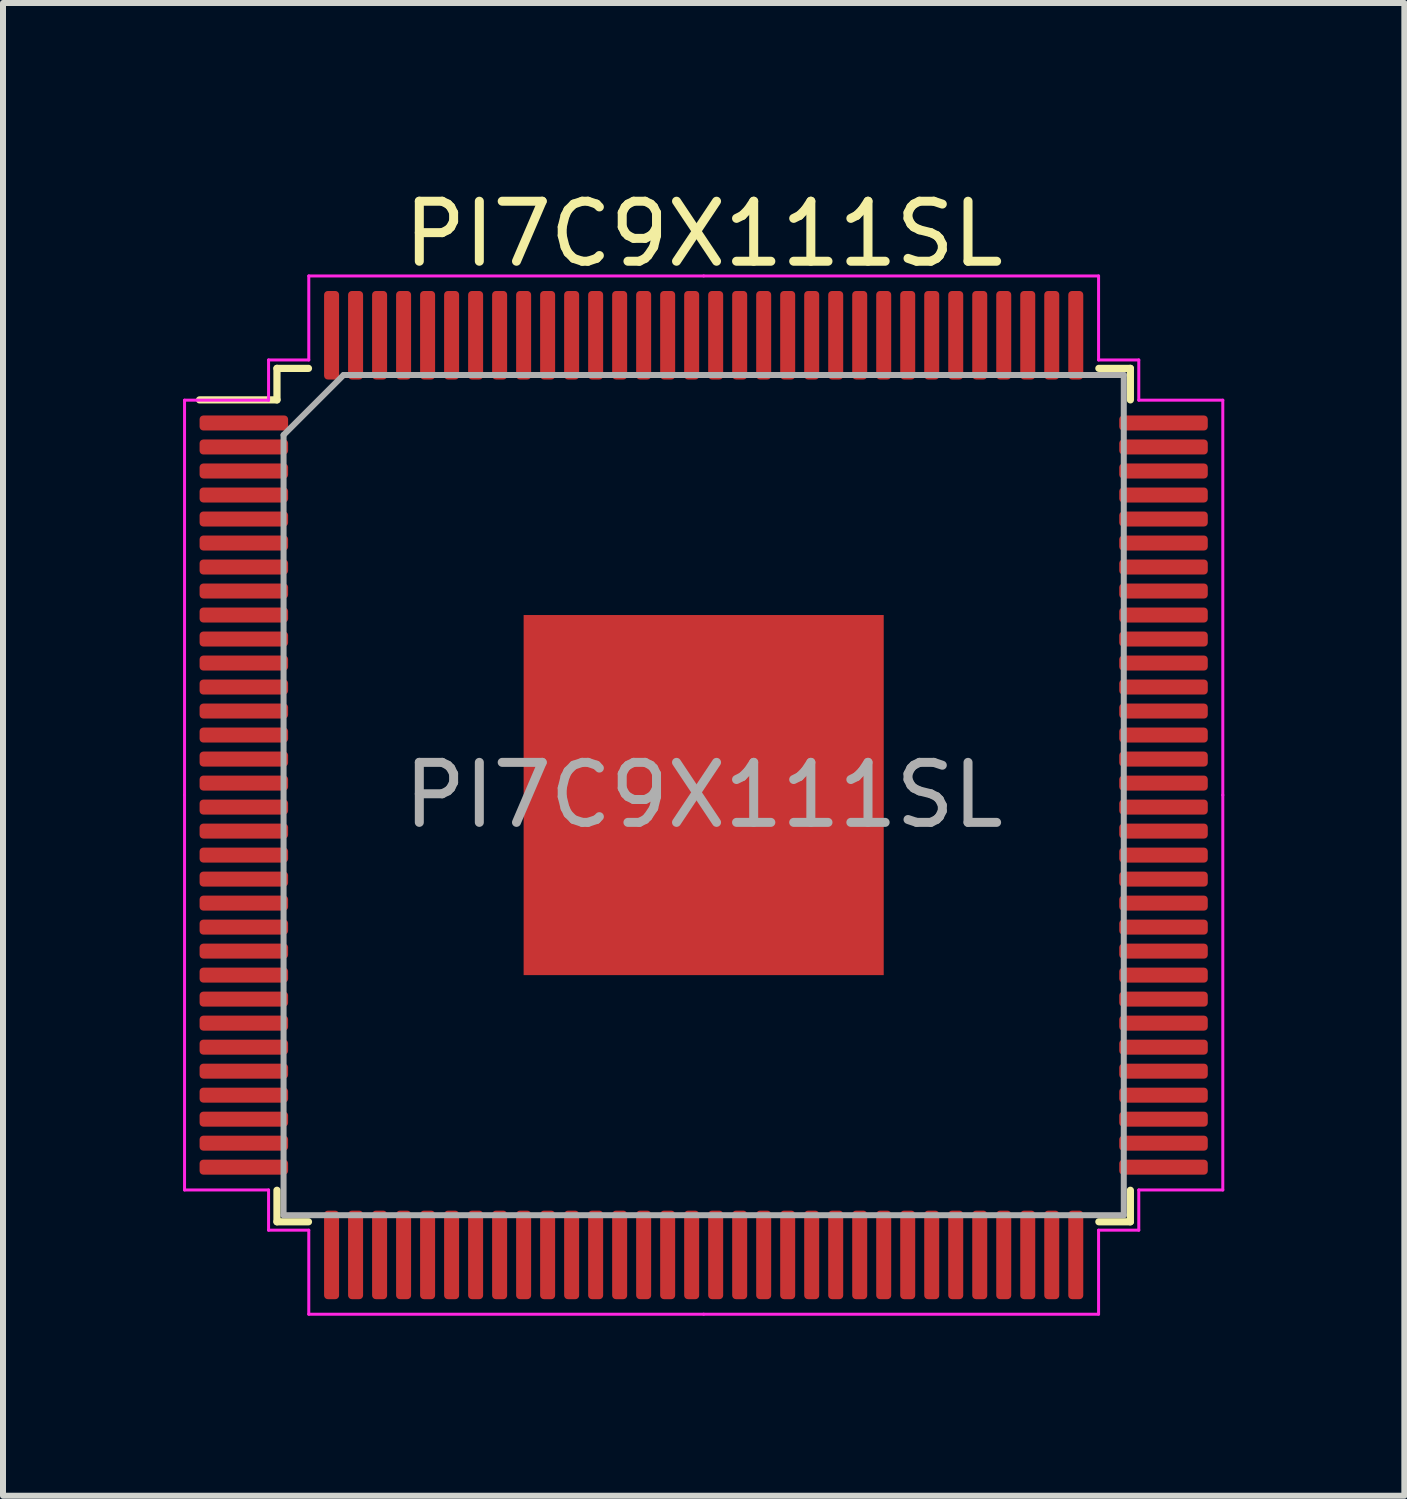
<source format=kicad_pcb>
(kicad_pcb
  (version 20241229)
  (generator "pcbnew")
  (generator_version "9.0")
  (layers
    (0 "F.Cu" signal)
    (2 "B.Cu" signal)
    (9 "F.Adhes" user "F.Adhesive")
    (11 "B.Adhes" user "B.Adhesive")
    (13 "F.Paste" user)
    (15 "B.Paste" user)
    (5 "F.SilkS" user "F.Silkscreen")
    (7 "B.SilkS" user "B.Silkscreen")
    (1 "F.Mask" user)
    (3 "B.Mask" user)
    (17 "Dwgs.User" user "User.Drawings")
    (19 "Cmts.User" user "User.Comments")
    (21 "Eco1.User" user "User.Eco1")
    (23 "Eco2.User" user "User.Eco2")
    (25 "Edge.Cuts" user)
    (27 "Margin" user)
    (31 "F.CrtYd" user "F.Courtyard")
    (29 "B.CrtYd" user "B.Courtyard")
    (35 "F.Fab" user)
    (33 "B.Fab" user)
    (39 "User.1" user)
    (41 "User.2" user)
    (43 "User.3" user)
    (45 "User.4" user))
  (footprint "PI7C9X111SL"
    (layer "F.Cu")
    (at 8.675 10.198)
    (property "Reference" "PI7C9X111SL" (at 0 -9.35 0) (layer "F.SilkS") (effects (font (size 1 1) (thickness 0.15))))
    (attr smd)
    (fp_line (start -7.11 -7.11) (end -7.11 -6.585) (stroke (width 0.12) (type solid)) (layer "F.SilkS"))
    (fp_line (start -7.11 -6.585) (end -8.4 -6.585) (stroke (width 0.12) (type solid)) (layer "F.SilkS"))
    (fp_line (start -7.11 7.11) (end -7.11 6.585) (stroke (width 0.12) (type solid)) (layer "F.SilkS"))
    (fp_line (start -6.585 -7.11) (end -7.11 -7.11) (stroke (width 0.12) (type solid)) (layer "F.SilkS"))
    (fp_line (start -6.585 7.11) (end -7.11 7.11) (stroke (width 0.12) (type solid)) (layer "F.SilkS"))
    (fp_line (start 6.585 -7.11) (end 7.11 -7.11) (stroke (width 0.12) (type solid)) (layer "F.SilkS"))
    (fp_line (start 6.585 7.11) (end 7.11 7.11) (stroke (width 0.12) (type solid)) (layer "F.SilkS"))
    (fp_line (start 7.11 -7.11) (end 7.11 -6.585) (stroke (width 0.12) (type solid)) (layer "F.SilkS"))
    (fp_line (start 7.11 7.11) (end 7.11 6.585) (stroke (width 0.12) (type solid)) (layer "F.SilkS"))
    (fp_line (start -8.65 -6.58) (end -8.65 0) (stroke (width 0.05) (type solid)) (layer "F.CrtYd"))
    (fp_line (start -8.65 6.58) (end -8.65 0) (stroke (width 0.05) (type solid)) (layer "F.CrtYd"))
    (fp_line (start -7.25 -7.25) (end -7.25 -6.58) (stroke (width 0.05) (type solid)) (layer "F.CrtYd"))
    (fp_line (start -7.25 -6.58) (end -8.65 -6.58) (stroke (width 0.05) (type solid)) (layer "F.CrtYd"))
    (fp_line (start -7.25 6.58) (end -8.65 6.58) (stroke (width 0.05) (type solid)) (layer "F.CrtYd"))
    (fp_line (start -7.25 7.25) (end -7.25 6.58) (stroke (width 0.05) (type solid)) (layer "F.CrtYd"))
    (fp_line (start -6.58 -8.65) (end -6.58 -7.25) (stroke (width 0.05) (type solid)) (layer "F.CrtYd"))
    (fp_line (start -6.58 -7.25) (end -7.25 -7.25) (stroke (width 0.05) (type solid)) (layer "F.CrtYd"))
    (fp_line (start -6.58 7.25) (end -7.25 7.25) (stroke (width 0.05) (type solid)) (layer "F.CrtYd"))
    (fp_line (start -6.58 8.65) (end -6.58 7.25) (stroke (width 0.05) (type solid)) (layer "F.CrtYd"))
    (fp_line (start 0 -8.65) (end -6.58 -8.65) (stroke (width 0.05) (type solid)) (layer "F.CrtYd"))
    (fp_line (start 0 -8.65) (end 6.58 -8.65) (stroke (width 0.05) (type solid)) (layer "F.CrtYd"))
    (fp_line (start 0 8.65) (end -6.58 8.65) (stroke (width 0.05) (type solid)) (layer "F.CrtYd"))
    (fp_line (start 0 8.65) (end 6.58 8.65) (stroke (width 0.05) (type solid)) (layer "F.CrtYd"))
    (fp_line (start 6.58 -8.65) (end 6.58 -7.25) (stroke (width 0.05) (type solid)) (layer "F.CrtYd"))
    (fp_line (start 6.58 -7.25) (end 7.25 -7.25) (stroke (width 0.05) (type solid)) (layer "F.CrtYd"))
    (fp_line (start 6.58 7.25) (end 7.25 7.25) (stroke (width 0.05) (type solid)) (layer "F.CrtYd"))
    (fp_line (start 6.58 8.65) (end 6.58 7.25) (stroke (width 0.05) (type solid)) (layer "F.CrtYd"))
    (fp_line (start 7.25 -7.25) (end 7.25 -6.58) (stroke (width 0.05) (type solid)) (layer "F.CrtYd"))
    (fp_line (start 7.25 -6.58) (end 8.65 -6.58) (stroke (width 0.05) (type solid)) (layer "F.CrtYd"))
    (fp_line (start 7.25 6.58) (end 8.65 6.58) (stroke (width 0.05) (type solid)) (layer "F.CrtYd"))
    (fp_line (start 7.25 7.25) (end 7.25 6.58) (stroke (width 0.05) (type solid)) (layer "F.CrtYd"))
    (fp_line (start 8.65 -6.58) (end 8.65 0) (stroke (width 0.05) (type solid)) (layer "F.CrtYd"))
    (fp_line (start 8.65 6.58) (end 8.65 0) (stroke (width 0.05) (type solid)) (layer "F.CrtYd"))
    (fp_line (start -7 -6) (end -6 -7) (stroke (width 0.1) (type solid)) (layer "F.Fab"))
    (fp_line (start -7 7) (end -7 -6) (stroke (width 0.1) (type solid)) (layer "F.Fab"))
    (fp_line (start -6 -7) (end 7 -7) (stroke (width 0.1) (type solid)) (layer "F.Fab"))
    (fp_line (start 7 -7) (end 7 7) (stroke (width 0.1) (type solid)) (layer "F.Fab"))
    (fp_line (start 7 7) (end -7 7) (stroke (width 0.1) (type solid)) (layer "F.Fab"))
    (fp_text user "${REFERENCE}" (at 0 0 0) (layer "F.Fab") (effects (font (size 1 1) (thickness 0.15))))
    (pad "1" smd roundrect (at -7.662 -6.2) (size 1.475 0.25) (layers "F.Cu" "F.Mask" "F.Paste") (roundrect_rratio 0.25))
    (pad "2" smd roundrect (at -7.662 -5.8) (size 1.475 0.25) (layers "F.Cu" "F.Mask" "F.Paste") (roundrect_rratio 0.25))
    (pad "3" smd roundrect (at -7.662 -5.4) (size 1.475 0.25) (layers "F.Cu" "F.Mask" "F.Paste") (roundrect_rratio 0.25))
    (pad "4" smd roundrect (at -7.662 -5) (size 1.475 0.25) (layers "F.Cu" "F.Mask" "F.Paste") (roundrect_rratio 0.25))
    (pad "5" smd roundrect (at -7.662 -4.6) (size 1.475 0.25) (layers "F.Cu" "F.Mask" "F.Paste") (roundrect_rratio 0.25))
    (pad "6" smd roundrect (at -7.662 -4.2) (size 1.475 0.25) (layers "F.Cu" "F.Mask" "F.Paste") (roundrect_rratio 0.25))
    (pad "7" smd roundrect (at -7.662 -3.8) (size 1.475 0.25) (layers "F.Cu" "F.Mask" "F.Paste") (roundrect_rratio 0.25))
    (pad "8" smd roundrect (at -7.662 -3.4) (size 1.475 0.25) (layers "F.Cu" "F.Mask" "F.Paste") (roundrect_rratio 0.25))
    (pad "9" smd roundrect (at -7.662 -3) (size 1.475 0.25) (layers "F.Cu" "F.Mask" "F.Paste") (roundrect_rratio 0.25))
    (pad "10" smd roundrect (at -7.662 -2.6) (size 1.475 0.25) (layers "F.Cu" "F.Mask" "F.Paste") (roundrect_rratio 0.25))
    (pad "11" smd roundrect (at -7.662 -2.2) (size 1.475 0.25) (layers "F.Cu" "F.Mask" "F.Paste") (roundrect_rratio 0.25))
    (pad "12" smd roundrect (at -7.662 -1.8) (size 1.475 0.25) (layers "F.Cu" "F.Mask" "F.Paste") (roundrect_rratio 0.25))
    (pad "13" smd roundrect (at -7.662 -1.4) (size 1.475 0.25) (layers "F.Cu" "F.Mask" "F.Paste") (roundrect_rratio 0.25))
    (pad "14" smd roundrect (at -7.662 -1) (size 1.475 0.25) (layers "F.Cu" "F.Mask" "F.Paste") (roundrect_rratio 0.25))
    (pad "15" smd roundrect (at -7.662 -0.6) (size 1.475 0.25) (layers "F.Cu" "F.Mask" "F.Paste") (roundrect_rratio 0.25))
    (pad "16" smd roundrect (at -7.662 -0.2) (size 1.475 0.25) (layers "F.Cu" "F.Mask" "F.Paste") (roundrect_rratio 0.25))
    (pad "17" smd roundrect (at -7.662 0.2) (size 1.475 0.25) (layers "F.Cu" "F.Mask" "F.Paste") (roundrect_rratio 0.25))
    (pad "18" smd roundrect (at -7.662 0.6) (size 1.475 0.25) (layers "F.Cu" "F.Mask" "F.Paste") (roundrect_rratio 0.25))
    (pad "19" smd roundrect (at -7.662 1) (size 1.475 0.25) (layers "F.Cu" "F.Mask" "F.Paste") (roundrect_rratio 0.25))
    (pad "20" smd roundrect (at -7.662 1.4) (size 1.475 0.25) (layers "F.Cu" "F.Mask" "F.Paste") (roundrect_rratio 0.25))
    (pad "21" smd roundrect (at -7.662 1.8) (size 1.475 0.25) (layers "F.Cu" "F.Mask" "F.Paste") (roundrect_rratio 0.25))
    (pad "22" smd roundrect (at -7.662 2.2) (size 1.475 0.25) (layers "F.Cu" "F.Mask" "F.Paste") (roundrect_rratio 0.25))
    (pad "23" smd roundrect (at -7.662 2.6) (size 1.475 0.25) (layers "F.Cu" "F.Mask" "F.Paste") (roundrect_rratio 0.25))
    (pad "24" smd roundrect (at -7.662 3) (size 1.475 0.25) (layers "F.Cu" "F.Mask" "F.Paste") (roundrect_rratio 0.25))
    (pad "25" smd roundrect (at -7.662 3.4) (size 1.475 0.25) (layers "F.Cu" "F.Mask" "F.Paste") (roundrect_rratio 0.25))
    (pad "26" smd roundrect (at -7.662 3.8) (size 1.475 0.25) (layers "F.Cu" "F.Mask" "F.Paste") (roundrect_rratio 0.25))
    (pad "27" smd roundrect (at -7.662 4.2) (size 1.475 0.25) (layers "F.Cu" "F.Mask" "F.Paste") (roundrect_rratio 0.25))
    (pad "28" smd roundrect (at -7.662 4.6) (size 1.475 0.25) (layers "F.Cu" "F.Mask" "F.Paste") (roundrect_rratio 0.25))
    (pad "29" smd roundrect (at -7.662 5) (size 1.475 0.25) (layers "F.Cu" "F.Mask" "F.Paste") (roundrect_rratio 0.25))
    (pad "30" smd roundrect (at -7.662 5.4) (size 1.475 0.25) (layers "F.Cu" "F.Mask" "F.Paste") (roundrect_rratio 0.25))
    (pad "31" smd roundrect (at -7.662 5.8) (size 1.475 0.25) (layers "F.Cu" "F.Mask" "F.Paste") (roundrect_rratio 0.25))
    (pad "32" smd roundrect (at -7.662 6.2) (size 1.475 0.25) (layers "F.Cu" "F.Mask" "F.Paste") (roundrect_rratio 0.25))
    (pad "33" smd roundrect (at -6.2 7.662) (size 0.25 1.475) (layers "F.Cu" "F.Mask" "F.Paste") (roundrect_rratio 0.25))
    (pad "34" smd roundrect (at -5.8 7.662) (size 0.25 1.475) (layers "F.Cu" "F.Mask" "F.Paste") (roundrect_rratio 0.25))
    (pad "35" smd roundrect (at -5.4 7.662) (size 0.25 1.475) (layers "F.Cu" "F.Mask" "F.Paste") (roundrect_rratio 0.25))
    (pad "36" smd roundrect (at -5 7.662) (size 0.25 1.475) (layers "F.Cu" "F.Mask" "F.Paste") (roundrect_rratio 0.25))
    (pad "37" smd roundrect (at -4.6 7.662) (size 0.25 1.475) (layers "F.Cu" "F.Mask" "F.Paste") (roundrect_rratio 0.25))
    (pad "38" smd roundrect (at -4.2 7.662) (size 0.25 1.475) (layers "F.Cu" "F.Mask" "F.Paste") (roundrect_rratio 0.25))
    (pad "39" smd roundrect (at -3.8 7.662) (size 0.25 1.475) (layers "F.Cu" "F.Mask" "F.Paste") (roundrect_rratio 0.25))
    (pad "40" smd roundrect (at -3.4 7.662) (size 0.25 1.475) (layers "F.Cu" "F.Mask" "F.Paste") (roundrect_rratio 0.25))
    (pad "41" smd roundrect (at -3 7.662) (size 0.25 1.475) (layers "F.Cu" "F.Mask" "F.Paste") (roundrect_rratio 0.25))
    (pad "42" smd roundrect (at -2.6 7.662) (size 0.25 1.475) (layers "F.Cu" "F.Mask" "F.Paste") (roundrect_rratio 0.25))
    (pad "43" smd roundrect (at -2.2 7.662) (size 0.25 1.475) (layers "F.Cu" "F.Mask" "F.Paste") (roundrect_rratio 0.25))
    (pad "44" smd roundrect (at -1.8 7.662) (size 0.25 1.475) (layers "F.Cu" "F.Mask" "F.Paste") (roundrect_rratio 0.25))
    (pad "45" smd roundrect (at -1.4 7.662) (size 0.25 1.475) (layers "F.Cu" "F.Mask" "F.Paste") (roundrect_rratio 0.25))
    (pad "46" smd roundrect (at -1 7.662) (size 0.25 1.475) (layers "F.Cu" "F.Mask" "F.Paste") (roundrect_rratio 0.25))
    (pad "47" smd roundrect (at -0.6 7.662) (size 0.25 1.475) (layers "F.Cu" "F.Mask" "F.Paste") (roundrect_rratio 0.25))
    (pad "48" smd roundrect (at -0.2 7.662) (size 0.25 1.475) (layers "F.Cu" "F.Mask" "F.Paste") (roundrect_rratio 0.25))
    (pad "49" smd roundrect (at 0.2 7.662) (size 0.25 1.475) (layers "F.Cu" "F.Mask" "F.Paste") (roundrect_rratio 0.25))
    (pad "50" smd roundrect (at 0.6 7.662) (size 0.25 1.475) (layers "F.Cu" "F.Mask" "F.Paste") (roundrect_rratio 0.25))
    (pad "51" smd roundrect (at 1 7.662) (size 0.25 1.475) (layers "F.Cu" "F.Mask" "F.Paste") (roundrect_rratio 0.25))
    (pad "52" smd roundrect (at 1.4 7.662) (size 0.25 1.475) (layers "F.Cu" "F.Mask" "F.Paste") (roundrect_rratio 0.25))
    (pad "53" smd roundrect (at 1.8 7.662) (size 0.25 1.475) (layers "F.Cu" "F.Mask" "F.Paste") (roundrect_rratio 0.25))
    (pad "54" smd roundrect (at 2.2 7.662) (size 0.25 1.475) (layers "F.Cu" "F.Mask" "F.Paste") (roundrect_rratio 0.25))
    (pad "55" smd roundrect (at 2.6 7.662) (size 0.25 1.475) (layers "F.Cu" "F.Mask" "F.Paste") (roundrect_rratio 0.25))
    (pad "56" smd roundrect (at 3 7.662) (size 0.25 1.475) (layers "F.Cu" "F.Mask" "F.Paste") (roundrect_rratio 0.25))
    (pad "57" smd roundrect (at 3.4 7.662) (size 0.25 1.475) (layers "F.Cu" "F.Mask" "F.Paste") (roundrect_rratio 0.25))
    (pad "58" smd roundrect (at 3.8 7.662) (size 0.25 1.475) (layers "F.Cu" "F.Mask" "F.Paste") (roundrect_rratio 0.25))
    (pad "59" smd roundrect (at 4.2 7.662) (size 0.25 1.475) (layers "F.Cu" "F.Mask" "F.Paste") (roundrect_rratio 0.25))
    (pad "60" smd roundrect (at 4.6 7.662) (size 0.25 1.475) (layers "F.Cu" "F.Mask" "F.Paste") (roundrect_rratio 0.25))
    (pad "61" smd roundrect (at 5 7.662) (size 0.25 1.475) (layers "F.Cu" "F.Mask" "F.Paste") (roundrect_rratio 0.25))
    (pad "62" smd roundrect (at 5.4 7.662) (size 0.25 1.475) (layers "F.Cu" "F.Mask" "F.Paste") (roundrect_rratio 0.25))
    (pad "63" smd roundrect (at 5.8 7.662) (size 0.25 1.475) (layers "F.Cu" "F.Mask" "F.Paste") (roundrect_rratio 0.25))
    (pad "64" smd roundrect (at 6.2 7.662) (size 0.25 1.475) (layers "F.Cu" "F.Mask" "F.Paste") (roundrect_rratio 0.25))
    (pad "65" smd roundrect (at 7.662 6.2) (size 1.475 0.25) (layers "F.Cu" "F.Mask" "F.Paste") (roundrect_rratio 0.25))
    (pad "66" smd roundrect (at 7.662 5.8) (size 1.475 0.25) (layers "F.Cu" "F.Mask" "F.Paste") (roundrect_rratio 0.25))
    (pad "67" smd roundrect (at 7.662 5.4) (size 1.475 0.25) (layers "F.Cu" "F.Mask" "F.Paste") (roundrect_rratio 0.25))
    (pad "68" smd roundrect (at 7.662 5) (size 1.475 0.25) (layers "F.Cu" "F.Mask" "F.Paste") (roundrect_rratio 0.25))
    (pad "69" smd roundrect (at 7.662 4.6) (size 1.475 0.25) (layers "F.Cu" "F.Mask" "F.Paste") (roundrect_rratio 0.25))
    (pad "70" smd roundrect (at 7.662 4.2) (size 1.475 0.25) (layers "F.Cu" "F.Mask" "F.Paste") (roundrect_rratio 0.25))
    (pad "71" smd roundrect (at 7.662 3.8) (size 1.475 0.25) (layers "F.Cu" "F.Mask" "F.Paste") (roundrect_rratio 0.25))
    (pad "72" smd roundrect (at 7.662 3.4) (size 1.475 0.25) (layers "F.Cu" "F.Mask" "F.Paste") (roundrect_rratio 0.25))
    (pad "73" smd roundrect (at 7.662 3) (size 1.475 0.25) (layers "F.Cu" "F.Mask" "F.Paste") (roundrect_rratio 0.25))
    (pad "74" smd roundrect (at 7.662 2.6) (size 1.475 0.25) (layers "F.Cu" "F.Mask" "F.Paste") (roundrect_rratio 0.25))
    (pad "75" smd roundrect (at 7.662 2.2) (size 1.475 0.25) (layers "F.Cu" "F.Mask" "F.Paste") (roundrect_rratio 0.25))
    (pad "76" smd roundrect (at 7.662 1.8) (size 1.475 0.25) (layers "F.Cu" "F.Mask" "F.Paste") (roundrect_rratio 0.25))
    (pad "77" smd roundrect (at 7.662 1.4) (size 1.475 0.25) (layers "F.Cu" "F.Mask" "F.Paste") (roundrect_rratio 0.25))
    (pad "78" smd roundrect (at 7.662 1) (size 1.475 0.25) (layers "F.Cu" "F.Mask" "F.Paste") (roundrect_rratio 0.25))
    (pad "79" smd roundrect (at 7.662 0.6) (size 1.475 0.25) (layers "F.Cu" "F.Mask" "F.Paste") (roundrect_rratio 0.25))
    (pad "80" smd roundrect (at 7.662 0.2) (size 1.475 0.25) (layers "F.Cu" "F.Mask" "F.Paste") (roundrect_rratio 0.25))
    (pad "81" smd roundrect (at 7.662 -0.2) (size 1.475 0.25) (layers "F.Cu" "F.Mask" "F.Paste") (roundrect_rratio 0.25))
    (pad "82" smd roundrect (at 7.662 -0.6) (size 1.475 0.25) (layers "F.Cu" "F.Mask" "F.Paste") (roundrect_rratio 0.25))
    (pad "83" smd roundrect (at 7.662 -1) (size 1.475 0.25) (layers "F.Cu" "F.Mask" "F.Paste") (roundrect_rratio 0.25))
    (pad "84" smd roundrect (at 7.662 -1.4) (size 1.475 0.25) (layers "F.Cu" "F.Mask" "F.Paste") (roundrect_rratio 0.25))
    (pad "85" smd roundrect (at 7.662 -1.8) (size 1.475 0.25) (layers "F.Cu" "F.Mask" "F.Paste") (roundrect_rratio 0.25))
    (pad "86" smd roundrect (at 7.662 -2.2) (size 1.475 0.25) (layers "F.Cu" "F.Mask" "F.Paste") (roundrect_rratio 0.25))
    (pad "87" smd roundrect (at 7.662 -2.6) (size 1.475 0.25) (layers "F.Cu" "F.Mask" "F.Paste") (roundrect_rratio 0.25))
    (pad "88" smd roundrect (at 7.662 -3) (size 1.475 0.25) (layers "F.Cu" "F.Mask" "F.Paste") (roundrect_rratio 0.25))
    (pad "89" smd roundrect (at 7.662 -3.4) (size 1.475 0.25) (layers "F.Cu" "F.Mask" "F.Paste") (roundrect_rratio 0.25))
    (pad "90" smd roundrect (at 7.662 -3.8) (size 1.475 0.25) (layers "F.Cu" "F.Mask" "F.Paste") (roundrect_rratio 0.25))
    (pad "91" smd roundrect (at 7.662 -4.2) (size 1.475 0.25) (layers "F.Cu" "F.Mask" "F.Paste") (roundrect_rratio 0.25))
    (pad "92" smd roundrect (at 7.662 -4.6) (size 1.475 0.25) (layers "F.Cu" "F.Mask" "F.Paste") (roundrect_rratio 0.25))
    (pad "93" smd roundrect (at 7.662 -5) (size 1.475 0.25) (layers "F.Cu" "F.Mask" "F.Paste") (roundrect_rratio 0.25))
    (pad "94" smd roundrect (at 7.662 -5.4) (size 1.475 0.25) (layers "F.Cu" "F.Mask" "F.Paste") (roundrect_rratio 0.25))
    (pad "95" smd roundrect (at 7.662 -5.8) (size 1.475 0.25) (layers "F.Cu" "F.Mask" "F.Paste") (roundrect_rratio 0.25))
    (pad "96" smd roundrect (at 7.662 -6.2) (size 1.475 0.25) (layers "F.Cu" "F.Mask" "F.Paste") (roundrect_rratio 0.25))
    (pad "97" smd roundrect (at 6.2 -7.662) (size 0.25 1.475) (layers "F.Cu" "F.Mask" "F.Paste") (roundrect_rratio 0.25))
    (pad "98" smd roundrect (at 5.8 -7.662) (size 0.25 1.475) (layers "F.Cu" "F.Mask" "F.Paste") (roundrect_rratio 0.25))
    (pad "99" smd roundrect (at 5.4 -7.662) (size 0.25 1.475) (layers "F.Cu" "F.Mask" "F.Paste") (roundrect_rratio 0.25))
    (pad "100" smd roundrect (at 5 -7.662) (size 0.25 1.475) (layers "F.Cu" "F.Mask" "F.Paste") (roundrect_rratio 0.25))
    (pad "101" smd roundrect (at 4.6 -7.662) (size 0.25 1.475) (layers "F.Cu" "F.Mask" "F.Paste") (roundrect_rratio 0.25))
    (pad "102" smd roundrect (at 4.2 -7.662) (size 0.25 1.475) (layers "F.Cu" "F.Mask" "F.Paste") (roundrect_rratio 0.25))
    (pad "103" smd roundrect (at 3.8 -7.662) (size 0.25 1.475) (layers "F.Cu" "F.Mask" "F.Paste") (roundrect_rratio 0.25))
    (pad "104" smd roundrect (at 3.4 -7.662) (size 0.25 1.475) (layers "F.Cu" "F.Mask" "F.Paste") (roundrect_rratio 0.25))
    (pad "105" smd roundrect (at 3 -7.662) (size 0.25 1.475) (layers "F.Cu" "F.Mask" "F.Paste") (roundrect_rratio 0.25))
    (pad "106" smd roundrect (at 2.6 -7.662) (size 0.25 1.475) (layers "F.Cu" "F.Mask" "F.Paste") (roundrect_rratio 0.25))
    (pad "107" smd roundrect (at 2.2 -7.662) (size 0.25 1.475) (layers "F.Cu" "F.Mask" "F.Paste") (roundrect_rratio 0.25))
    (pad "108" smd roundrect (at 1.8 -7.662) (size 0.25 1.475) (layers "F.Cu" "F.Mask" "F.Paste") (roundrect_rratio 0.25))
    (pad "109" smd roundrect (at 1.4 -7.662) (size 0.25 1.475) (layers "F.Cu" "F.Mask" "F.Paste") (roundrect_rratio 0.25))
    (pad "110" smd roundrect (at 1 -7.662) (size 0.25 1.475) (layers "F.Cu" "F.Mask" "F.Paste") (roundrect_rratio 0.25))
    (pad "111" smd roundrect (at 0.6 -7.662) (size 0.25 1.475) (layers "F.Cu" "F.Mask" "F.Paste") (roundrect_rratio 0.25))
    (pad "112" smd roundrect (at 0.2 -7.662) (size 0.25 1.475) (layers "F.Cu" "F.Mask" "F.Paste") (roundrect_rratio 0.25))
    (pad "113" smd roundrect (at -0.2 -7.662) (size 0.25 1.475) (layers "F.Cu" "F.Mask" "F.Paste") (roundrect_rratio 0.25))
    (pad "114" smd roundrect (at -0.6 -7.662) (size 0.25 1.475) (layers "F.Cu" "F.Mask" "F.Paste") (roundrect_rratio 0.25))
    (pad "115" smd roundrect (at -1 -7.662) (size 0.25 1.475) (layers "F.Cu" "F.Mask" "F.Paste") (roundrect_rratio 0.25))
    (pad "116" smd roundrect (at -1.4 -7.662) (size 0.25 1.475) (layers "F.Cu" "F.Mask" "F.Paste") (roundrect_rratio 0.25))
    (pad "117" smd roundrect (at -1.8 -7.662) (size 0.25 1.475) (layers "F.Cu" "F.Mask" "F.Paste") (roundrect_rratio 0.25))
    (pad "118" smd roundrect (at -2.2 -7.662) (size 0.25 1.475) (layers "F.Cu" "F.Mask" "F.Paste") (roundrect_rratio 0.25))
    (pad "119" smd roundrect (at -2.6 -7.662) (size 0.25 1.475) (layers "F.Cu" "F.Mask" "F.Paste") (roundrect_rratio 0.25))
    (pad "120" smd roundrect (at -3 -7.662) (size 0.25 1.475) (layers "F.Cu" "F.Mask" "F.Paste") (roundrect_rratio 0.25))
    (pad "121" smd roundrect (at -3.4 -7.662) (size 0.25 1.475) (layers "F.Cu" "F.Mask" "F.Paste") (roundrect_rratio 0.25))
    (pad "122" smd roundrect (at -3.8 -7.662) (size 0.25 1.475) (layers "F.Cu" "F.Mask" "F.Paste") (roundrect_rratio 0.25))
    (pad "123" smd roundrect (at -4.2 -7.662) (size 0.25 1.475) (layers "F.Cu" "F.Mask" "F.Paste") (roundrect_rratio 0.25))
    (pad "124" smd roundrect (at -4.6 -7.662) (size 0.25 1.475) (layers "F.Cu" "F.Mask" "F.Paste") (roundrect_rratio 0.25))
    (pad "125" smd roundrect (at -5 -7.662) (size 0.25 1.475) (layers "F.Cu" "F.Mask" "F.Paste") (roundrect_rratio 0.25))
    (pad "126" smd roundrect (at -5.4 -7.662) (size 0.25 1.475) (layers "F.Cu" "F.Mask" "F.Paste") (roundrect_rratio 0.25))
    (pad "127" smd roundrect (at -5.8 -7.662) (size 0.25 1.475) (layers "F.Cu" "F.Mask" "F.Paste") (roundrect_rratio 0.25))
    (pad "128" smd roundrect (at -6.2 -7.662) (size 0.25 1.475) (layers "F.Cu" "F.Mask" "F.Paste") (roundrect_rratio 0.25))
    (pad "129" smd rect (at 0 0) (size 6 6) (layers "F.Cu" "F.Mask" "F.Paste")))
  (gr_rect
    (start -3 -3)
    (end 20.35 21.873)
    (stroke (width 0.1) (type default))
    (fill no)
    (layer "Edge.Cuts")))
</source>
